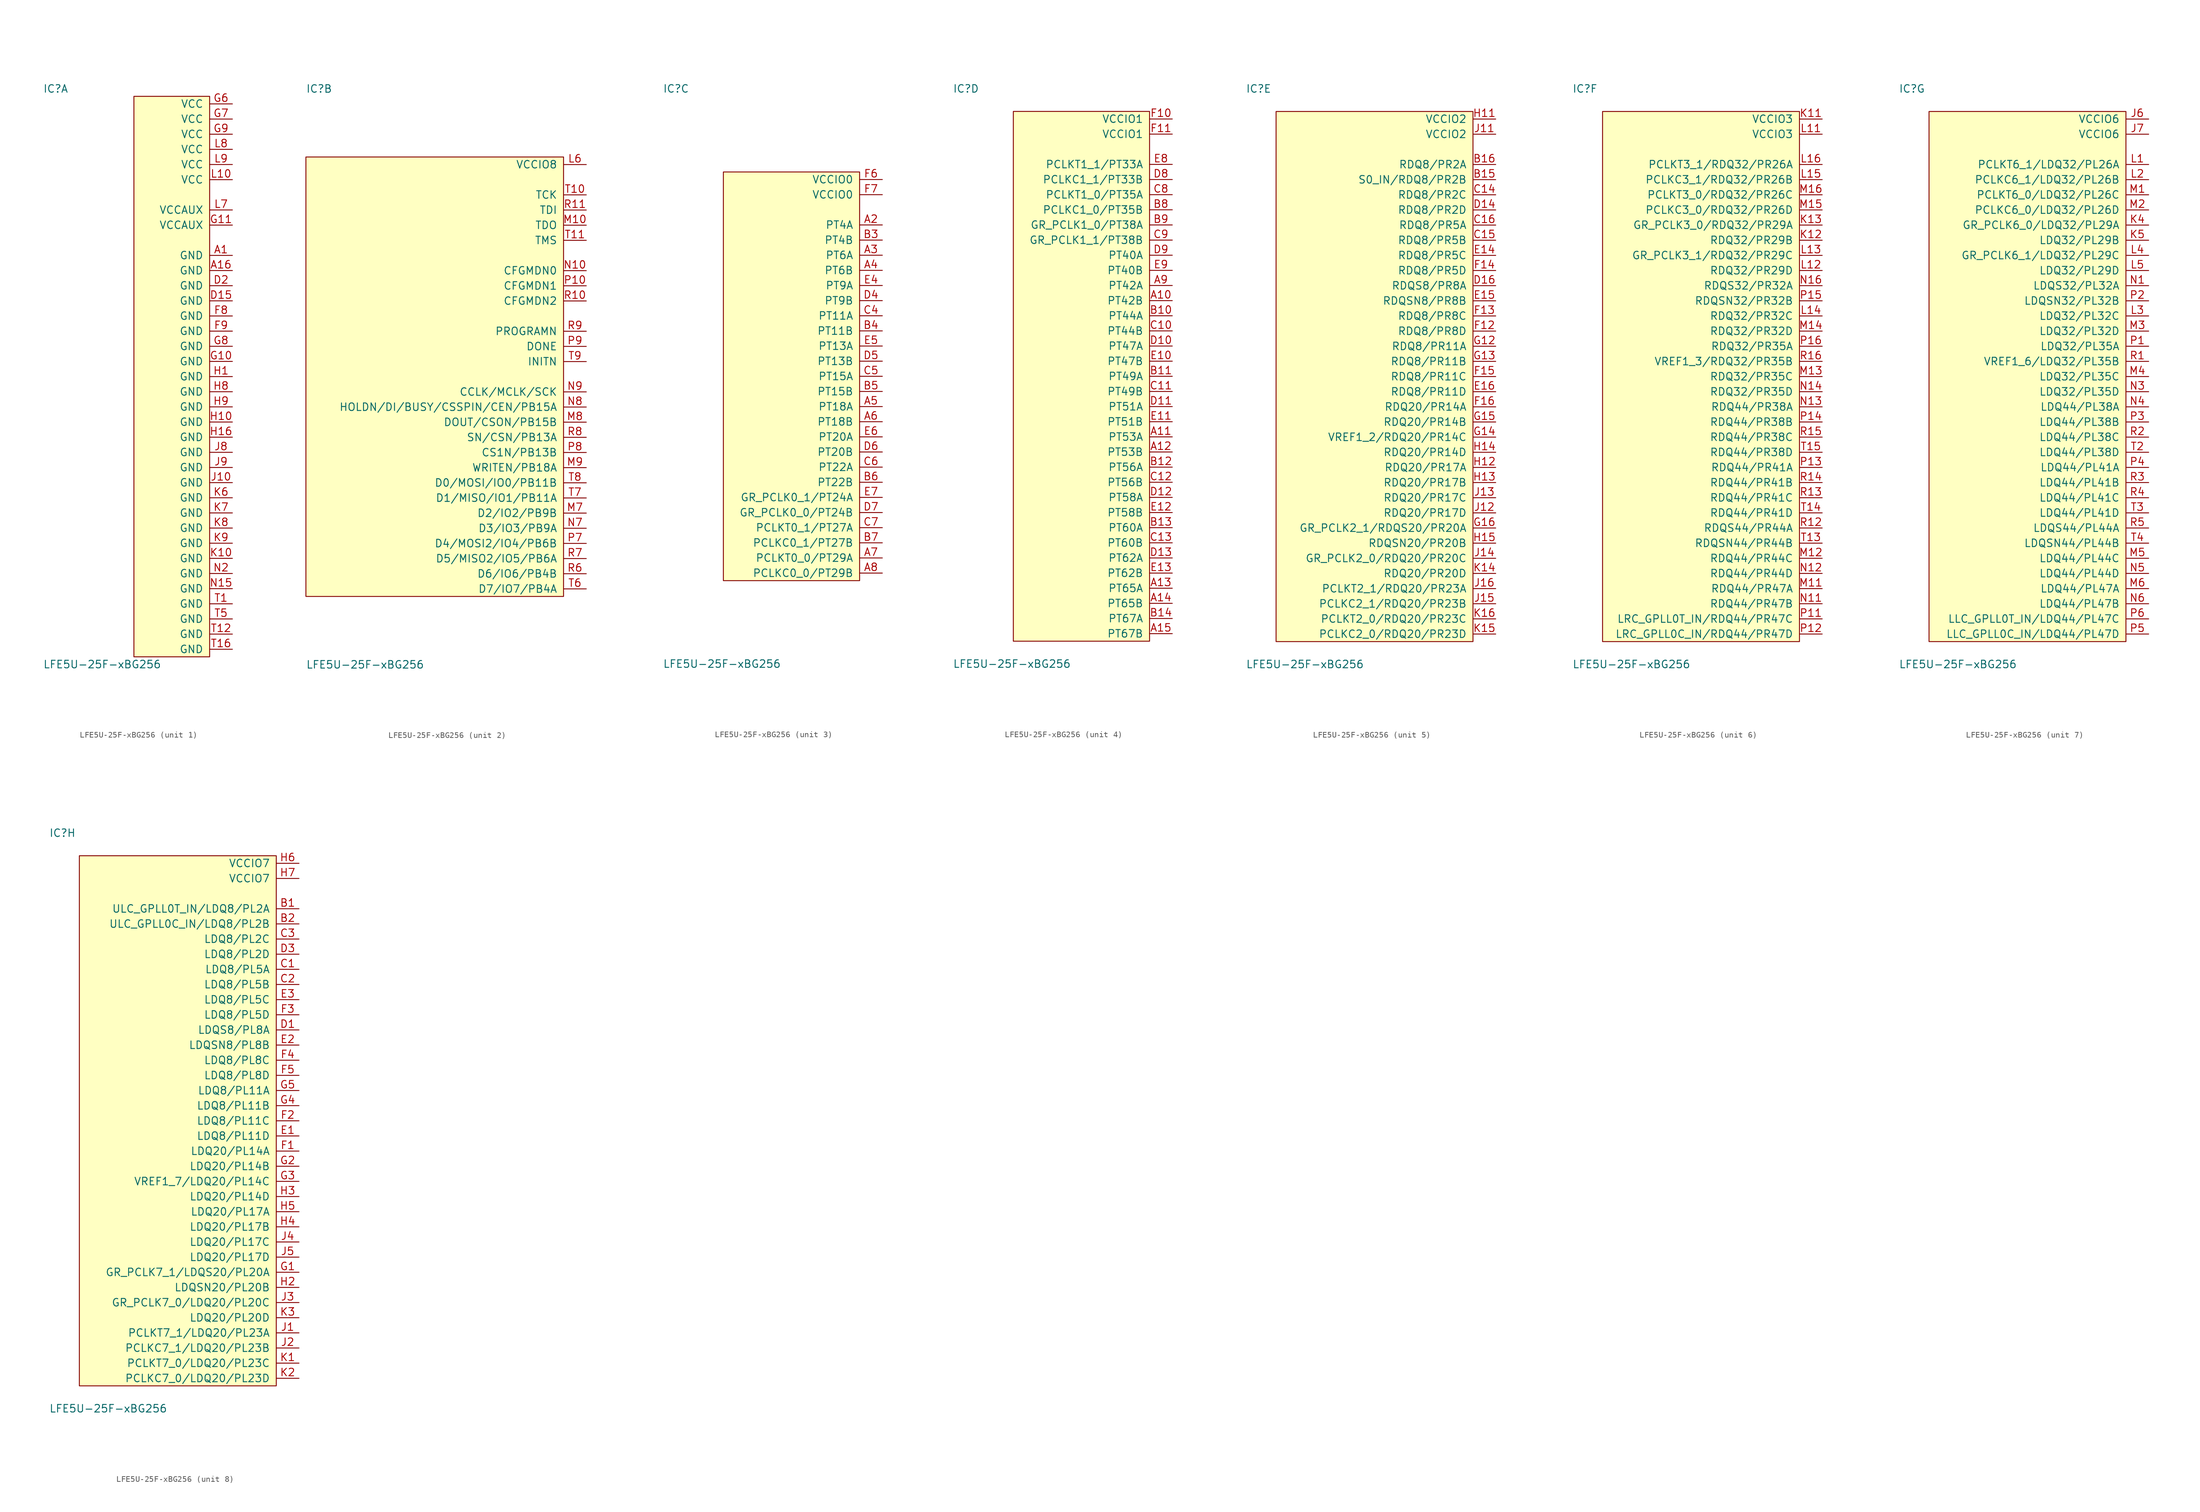
<source format=kicad_sym>
(kicad_symbol_lib
  (version 20211014)
  (generator agg_kicad.build_lib_ic)
  (symbol "LFE5U-25F-xBG256"
    (pin_names
      (offset 1.016))
    (property Reference IC
      (at -21.59 48.26 0)
      (effects (font (size 1.27 1.27)) (justify left)))
    (property Value "LFE5U-25F-xBG256"
      (at -21.59 -48.26 0)
      (effects (font (size 1.27 1.27)) (justify left)))
    (symbol "LFE5U-25F-xBG256_1_0"
      (rectangle (start -6.35 46.99) (end 6.35 -46.99) (stroke (width 0) (type default) (color 0 0 0 0)) (fill (type background)))
      (pin power_in line (at 10.16 45.72 180) (length 3.81) (name VCC (effects (font (size 1.27 1.27)))) (number "G6" (effects (font (size 1.27 1.27)))))
      (pin power_in line (at 10.16 43.18 180) (length 3.81) (name VCC (effects (font (size 1.27 1.27)))) (number "G7" (effects (font (size 1.27 1.27)))))
      (pin power_in line (at 10.16 40.64 180) (length 3.81) (name VCC (effects (font (size 1.27 1.27)))) (number "G9" (effects (font (size 1.27 1.27)))))
      (pin power_in line (at 10.16 38.1 180) (length 3.81) (name VCC (effects (font (size 1.27 1.27)))) (number "L8" (effects (font (size 1.27 1.27)))))
      (pin power_in line (at 10.16 35.56 180) (length 3.81) (name VCC (effects (font (size 1.27 1.27)))) (number "L9" (effects (font (size 1.27 1.27)))))
      (pin power_in line (at 10.16 33.02 180) (length 3.81) (name VCC (effects (font (size 1.27 1.27)))) (number "L10" (effects (font (size 1.27 1.27)))))
      (pin power_in line (at 10.16 27.94 180) (length 3.81) (name VCCAUX (effects (font (size 1.27 1.27)))) (number "L7" (effects (font (size 1.27 1.27)))))
      (pin power_in line (at 10.16 25.4 180) (length 3.81) (name VCCAUX (effects (font (size 1.27 1.27)))) (number "G11" (effects (font (size 1.27 1.27)))))
      (pin power_in line (at 10.16 20.32 180) (length 3.81) (name GND (effects (font (size 1.27 1.27)))) (number "A1" (effects (font (size 1.27 1.27)))))
      (pin power_in line (at 10.16 17.78 180) (length 3.81) (name GND (effects (font (size 1.27 1.27)))) (number "A16" (effects (font (size 1.27 1.27)))))
      (pin power_in line (at 10.16 15.24 180) (length 3.81) (name GND (effects (font (size 1.27 1.27)))) (number "D2" (effects (font (size 1.27 1.27)))))
      (pin power_in line (at 10.16 12.7 180) (length 3.81) (name GND (effects (font (size 1.27 1.27)))) (number "D15" (effects (font (size 1.27 1.27)))))
      (pin power_in line (at 10.16 10.16 180) (length 3.81) (name GND (effects (font (size 1.27 1.27)))) (number "F8" (effects (font (size 1.27 1.27)))))
      (pin power_in line (at 10.16 7.62 180) (length 3.81) (name GND (effects (font (size 1.27 1.27)))) (number "F9" (effects (font (size 1.27 1.27)))))
      (pin power_in line (at 10.16 5.08 180) (length 3.81) (name GND (effects (font (size 1.27 1.27)))) (number "G8" (effects (font (size 1.27 1.27)))))
      (pin power_in line (at 10.16 2.54 180) (length 3.81) (name GND (effects (font (size 1.27 1.27)))) (number "G10" (effects (font (size 1.27 1.27)))))
      (pin power_in line (at 10.16 0 180) (length 3.81) (name GND (effects (font (size 1.27 1.27)))) (number "H1" (effects (font (size 1.27 1.27)))))
      (pin power_in line (at 10.16 -2.54 180) (length 3.81) (name GND (effects (font (size 1.27 1.27)))) (number "H8" (effects (font (size 1.27 1.27)))))
      (pin power_in line (at 10.16 -5.08 180) (length 3.81) (name GND (effects (font (size 1.27 1.27)))) (number "H9" (effects (font (size 1.27 1.27)))))
      (pin power_in line (at 10.16 -7.62 180) (length 3.81) (name GND (effects (font (size 1.27 1.27)))) (number "H10" (effects (font (size 1.27 1.27)))))
      (pin power_in line (at 10.16 -10.16 180) (length 3.81) (name GND (effects (font (size 1.27 1.27)))) (number "H16" (effects (font (size 1.27 1.27)))))
      (pin power_in line (at 10.16 -12.7 180) (length 3.81) (name GND (effects (font (size 1.27 1.27)))) (number "J8" (effects (font (size 1.27 1.27)))))
      (pin power_in line (at 10.16 -15.24 180) (length 3.81) (name GND (effects (font (size 1.27 1.27)))) (number "J9" (effects (font (size 1.27 1.27)))))
      (pin power_in line (at 10.16 -17.78 180) (length 3.81) (name GND (effects (font (size 1.27 1.27)))) (number "J10" (effects (font (size 1.27 1.27)))))
      (pin power_in line (at 10.16 -20.32 180) (length 3.81) (name GND (effects (font (size 1.27 1.27)))) (number "K6" (effects (font (size 1.27 1.27)))))
      (pin power_in line (at 10.16 -22.86 180) (length 3.81) (name GND (effects (font (size 1.27 1.27)))) (number "K7" (effects (font (size 1.27 1.27)))))
      (pin power_in line (at 10.16 -25.4 180) (length 3.81) (name GND (effects (font (size 1.27 1.27)))) (number "K8" (effects (font (size 1.27 1.27)))))
      (pin power_in line (at 10.16 -27.94 180) (length 3.81) (name GND (effects (font (size 1.27 1.27)))) (number "K9" (effects (font (size 1.27 1.27)))))
      (pin power_in line (at 10.16 -30.48 180) (length 3.81) (name GND (effects (font (size 1.27 1.27)))) (number "K10" (effects (font (size 1.27 1.27)))))
      (pin power_in line (at 10.16 -33.02 180) (length 3.81) (name GND (effects (font (size 1.27 1.27)))) (number "N2" (effects (font (size 1.27 1.27)))))
      (pin power_in line (at 10.16 -35.56 180) (length 3.81) (name GND (effects (font (size 1.27 1.27)))) (number "N15" (effects (font (size 1.27 1.27)))))
      (pin power_in line (at 10.16 -38.1 180) (length 3.81) (name GND (effects (font (size 1.27 1.27)))) (number "T1" (effects (font (size 1.27 1.27)))))
      (pin power_in line (at 10.16 -40.64 180) (length 3.81) (name GND (effects (font (size 1.27 1.27)))) (number "T5" (effects (font (size 1.27 1.27)))))
      (pin power_in line (at 10.16 -43.18 180) (length 3.81) (name GND (effects (font (size 1.27 1.27)))) (number "T12" (effects (font (size 1.27 1.27)))))
      (pin power_in line (at 10.16 -45.72 180) (length 3.81) (name GND (effects (font (size 1.27 1.27)))) (number "T16" (effects (font (size 1.27 1.27))))))
    (symbol "LFE5U-25F-xBG256_2_0"
      (rectangle (start -21.59 36.83) (end 21.59 -36.83) (stroke (width 0) (type default) (color 0 0 0 0)) (fill (type background)))
      (pin power_in line (at 25.4 35.56 180) (length 3.81) (name "VCCIO8" (effects (font (size 1.27 1.27)))) (number "L6" (effects (font (size 1.27 1.27)))))
      (pin input line (at 25.4 30.48 180) (length 3.81) (name TCK (effects (font (size 1.27 1.27)))) (number "T10" (effects (font (size 1.27 1.27)))))
      (pin input line (at 25.4 27.94 180) (length 3.81) (name TDI (effects (font (size 1.27 1.27)))) (number "R11" (effects (font (size 1.27 1.27)))))
      (pin output line (at 25.4 25.4 180) (length 3.81) (name TDO (effects (font (size 1.27 1.27)))) (number "M10" (effects (font (size 1.27 1.27)))))
      (pin input line (at 25.4 22.86 180) (length 3.81) (name TMS (effects (font (size 1.27 1.27)))) (number "T11" (effects (font (size 1.27 1.27)))))
      (pin input line (at 25.4 17.78 180) (length 3.81) (name "CFGMDN0" (effects (font (size 1.27 1.27)))) (number "N10" (effects (font (size 1.27 1.27)))))
      (pin input line (at 25.4 15.24 180) (length 3.81) (name "CFGMDN1" (effects (font (size 1.27 1.27)))) (number "P10" (effects (font (size 1.27 1.27)))))
      (pin input line (at 25.4 12.7 180) (length 3.81) (name "CFGMDN2" (effects (font (size 1.27 1.27)))) (number "R10" (effects (font (size 1.27 1.27)))))
      (pin input line (at 25.4 7.62 180) (length 3.81) (name PROGRAMN (effects (font (size 1.27 1.27)))) (number "R9" (effects (font (size 1.27 1.27)))))
      (pin open_collector line (at 25.4 5.08 180) (length 3.81) (name DONE (effects (font (size 1.27 1.27)))) (number "P9" (effects (font (size 1.27 1.27)))))
      (pin open_collector line (at 25.4 2.54 180) (length 3.81) (name INITN (effects (font (size 1.27 1.27)))) (number "T9" (effects (font (size 1.27 1.27)))))
      (pin bidirectional line (at 25.4 -2.54 180) (length 3.81) (name "CCLK/MCLK/SCK" (effects (font (size 1.27 1.27)))) (number "N9" (effects (font (size 1.27 1.27)))))
      (pin bidirectional line (at 25.4 -5.08 180) (length 3.81) (name "HOLDN/DI/BUSY/CSSPIN/CEN/PB15A" (effects (font (size 1.27 1.27)))) (number "N8" (effects (font (size 1.27 1.27)))))
      (pin bidirectional line (at 25.4 -7.62 180) (length 3.81) (name "DOUT/CSON/PB15B" (effects (font (size 1.27 1.27)))) (number "M8" (effects (font (size 1.27 1.27)))))
      (pin bidirectional line (at 25.4 -10.16 180) (length 3.81) (name "SN/CSN/PB13A" (effects (font (size 1.27 1.27)))) (number "R8" (effects (font (size 1.27 1.27)))))
      (pin bidirectional line (at 25.4 -12.7 180) (length 3.81) (name "CS1N/PB13B" (effects (font (size 1.27 1.27)))) (number "P8" (effects (font (size 1.27 1.27)))))
      (pin bidirectional line (at 25.4 -15.24 180) (length 3.81) (name "WRITEN/PB18A" (effects (font (size 1.27 1.27)))) (number "M9" (effects (font (size 1.27 1.27)))))
      (pin bidirectional line (at 25.4 -17.78 180) (length 3.81) (name "D0/MOSI/IO0/PB11B" (effects (font (size 1.27 1.27)))) (number "T8" (effects (font (size 1.27 1.27)))))
      (pin bidirectional line (at 25.4 -20.32 180) (length 3.81) (name "D1/MISO/IO1/PB11A" (effects (font (size 1.27 1.27)))) (number "T7" (effects (font (size 1.27 1.27)))))
      (pin bidirectional line (at 25.4 -22.86 180) (length 3.81) (name "D2/IO2/PB9B" (effects (font (size 1.27 1.27)))) (number "M7" (effects (font (size 1.27 1.27)))))
      (pin bidirectional line (at 25.4 -25.4 180) (length 3.81) (name "D3/IO3/PB9A" (effects (font (size 1.27 1.27)))) (number "N7" (effects (font (size 1.27 1.27)))))
      (pin bidirectional line (at 25.4 -27.94 180) (length 3.81) (name "D4/MOSI2/IO4/PB6B" (effects (font (size 1.27 1.27)))) (number "P7" (effects (font (size 1.27 1.27)))))
      (pin bidirectional line (at 25.4 -30.48 180) (length 3.81) (name "D5/MISO2/IO5/PB6A" (effects (font (size 1.27 1.27)))) (number "R7" (effects (font (size 1.27 1.27)))))
      (pin bidirectional line (at 25.4 -33.02 180) (length 3.81) (name "D6/IO6/PB4B" (effects (font (size 1.27 1.27)))) (number "R6" (effects (font (size 1.27 1.27)))))
      (pin bidirectional line (at 25.4 -35.56 180) (length 3.81) (name "D7/IO7/PB4A" (effects (font (size 1.27 1.27)))) (number "T6" (effects (font (size 1.27 1.27))))))
    (symbol "LFE5U-25F-xBG256_3_0"
      (rectangle (start -11.43 34.29) (end 11.43 -34.29) (stroke (width 0) (type default) (color 0 0 0 0)) (fill (type background)))
      (pin power_in line (at 15.24 33.02 180) (length 3.81) (name "VCCIO0" (effects (font (size 1.27 1.27)))) (number "F6" (effects (font (size 1.27 1.27)))))
      (pin power_in line (at 15.24 30.48 180) (length 3.81) (name "VCCIO0" (effects (font (size 1.27 1.27)))) (number "F7" (effects (font (size 1.27 1.27)))))
      (pin bidirectional line (at 15.24 25.4 180) (length 3.81) (name "PT4A" (effects (font (size 1.27 1.27)))) (number "A2" (effects (font (size 1.27 1.27)))))
      (pin bidirectional line (at 15.24 22.86 180) (length 3.81) (name "PT4B" (effects (font (size 1.27 1.27)))) (number "B3" (effects (font (size 1.27 1.27)))))
      (pin bidirectional line (at 15.24 20.32 180) (length 3.81) (name "PT6A" (effects (font (size 1.27 1.27)))) (number "A3" (effects (font (size 1.27 1.27)))))
      (pin bidirectional line (at 15.24 17.78 180) (length 3.81) (name "PT6B" (effects (font (size 1.27 1.27)))) (number "A4" (effects (font (size 1.27 1.27)))))
      (pin bidirectional line (at 15.24 15.24 180) (length 3.81) (name "PT9A" (effects (font (size 1.27 1.27)))) (number "E4" (effects (font (size 1.27 1.27)))))
      (pin bidirectional line (at 15.24 12.7 180) (length 3.81) (name "PT9B" (effects (font (size 1.27 1.27)))) (number "D4" (effects (font (size 1.27 1.27)))))
      (pin bidirectional line (at 15.24 10.16 180) (length 3.81) (name "PT11A" (effects (font (size 1.27 1.27)))) (number "C4" (effects (font (size 1.27 1.27)))))
      (pin bidirectional line (at 15.24 7.62 180) (length 3.81) (name "PT11B" (effects (font (size 1.27 1.27)))) (number "B4" (effects (font (size 1.27 1.27)))))
      (pin bidirectional line (at 15.24 5.08 180) (length 3.81) (name "PT13A" (effects (font (size 1.27 1.27)))) (number "E5" (effects (font (size 1.27 1.27)))))
      (pin bidirectional line (at 15.24 2.54 180) (length 3.81) (name "PT13B" (effects (font (size 1.27 1.27)))) (number "D5" (effects (font (size 1.27 1.27)))))
      (pin bidirectional line (at 15.24 0 180) (length 3.81) (name "PT15A" (effects (font (size 1.27 1.27)))) (number "C5" (effects (font (size 1.27 1.27)))))
      (pin bidirectional line (at 15.24 -2.54 180) (length 3.81) (name "PT15B" (effects (font (size 1.27 1.27)))) (number "B5" (effects (font (size 1.27 1.27)))))
      (pin bidirectional line (at 15.24 -5.08 180) (length 3.81) (name "PT18A" (effects (font (size 1.27 1.27)))) (number "A5" (effects (font (size 1.27 1.27)))))
      (pin bidirectional line (at 15.24 -7.62 180) (length 3.81) (name "PT18B" (effects (font (size 1.27 1.27)))) (number "A6" (effects (font (size 1.27 1.27)))))
      (pin bidirectional line (at 15.24 -10.16 180) (length 3.81) (name "PT20A" (effects (font (size 1.27 1.27)))) (number "E6" (effects (font (size 1.27 1.27)))))
      (pin bidirectional line (at 15.24 -12.7 180) (length 3.81) (name "PT20B" (effects (font (size 1.27 1.27)))) (number "D6" (effects (font (size 1.27 1.27)))))
      (pin bidirectional line (at 15.24 -15.24 180) (length 3.81) (name "PT22A" (effects (font (size 1.27 1.27)))) (number "C6" (effects (font (size 1.27 1.27)))))
      (pin bidirectional line (at 15.24 -17.78 180) (length 3.81) (name "PT22B" (effects (font (size 1.27 1.27)))) (number "B6" (effects (font (size 1.27 1.27)))))
      (pin bidirectional line (at 15.24 -20.32 180) (length 3.81) (name "GR_PCLK0_1/PT24A" (effects (font (size 1.27 1.27)))) (number "E7" (effects (font (size 1.27 1.27)))))
      (pin bidirectional line (at 15.24 -22.86 180) (length 3.81) (name "GR_PCLK0_0/PT24B" (effects (font (size 1.27 1.27)))) (number "D7" (effects (font (size 1.27 1.27)))))
      (pin bidirectional line (at 15.24 -25.4 180) (length 3.81) (name "PCLKT0_1/PT27A" (effects (font (size 1.27 1.27)))) (number "C7" (effects (font (size 1.27 1.27)))))
      (pin bidirectional line (at 15.24 -27.94 180) (length 3.81) (name "PCLKC0_1/PT27B" (effects (font (size 1.27 1.27)))) (number "B7" (effects (font (size 1.27 1.27)))))
      (pin bidirectional line (at 15.24 -30.48 180) (length 3.81) (name "PCLKT0_0/PT29A" (effects (font (size 1.27 1.27)))) (number "A7" (effects (font (size 1.27 1.27)))))
      (pin bidirectional line (at 15.24 -33.02 180) (length 3.81) (name "PCLKC0_0/PT29B" (effects (font (size 1.27 1.27)))) (number "A8" (effects (font (size 1.27 1.27))))))
    (symbol "LFE5U-25F-xBG256_4_0"
      (rectangle (start -11.43 44.45) (end 11.43 -44.45) (stroke (width 0) (type default) (color 0 0 0 0)) (fill (type background)))
      (pin power_in line (at 15.24 43.18 180) (length 3.81) (name "VCCIO1" (effects (font (size 1.27 1.27)))) (number "F10" (effects (font (size 1.27 1.27)))))
      (pin power_in line (at 15.24 40.64 180) (length 3.81) (name "VCCIO1" (effects (font (size 1.27 1.27)))) (number "F11" (effects (font (size 1.27 1.27)))))
      (pin bidirectional line (at 15.24 35.56 180) (length 3.81) (name "PCLKT1_1/PT33A" (effects (font (size 1.27 1.27)))) (number "E8" (effects (font (size 1.27 1.27)))))
      (pin bidirectional line (at 15.24 33.02 180) (length 3.81) (name "PCLKC1_1/PT33B" (effects (font (size 1.27 1.27)))) (number "D8" (effects (font (size 1.27 1.27)))))
      (pin bidirectional line (at 15.24 30.48 180) (length 3.81) (name "PCLKT1_0/PT35A" (effects (font (size 1.27 1.27)))) (number "C8" (effects (font (size 1.27 1.27)))))
      (pin bidirectional line (at 15.24 27.94 180) (length 3.81) (name "PCLKC1_0/PT35B" (effects (font (size 1.27 1.27)))) (number "B8" (effects (font (size 1.27 1.27)))))
      (pin bidirectional line (at 15.24 25.4 180) (length 3.81) (name "GR_PCLK1_0/PT38A" (effects (font (size 1.27 1.27)))) (number "B9" (effects (font (size 1.27 1.27)))))
      (pin bidirectional line (at 15.24 22.86 180) (length 3.81) (name "GR_PCLK1_1/PT38B" (effects (font (size 1.27 1.27)))) (number "C9" (effects (font (size 1.27 1.27)))))
      (pin bidirectional line (at 15.24 20.32 180) (length 3.81) (name "PT40A" (effects (font (size 1.27 1.27)))) (number "D9" (effects (font (size 1.27 1.27)))))
      (pin bidirectional line (at 15.24 17.78 180) (length 3.81) (name "PT40B" (effects (font (size 1.27 1.27)))) (number "E9" (effects (font (size 1.27 1.27)))))
      (pin bidirectional line (at 15.24 15.24 180) (length 3.81) (name "PT42A" (effects (font (size 1.27 1.27)))) (number "A9" (effects (font (size 1.27 1.27)))))
      (pin bidirectional line (at 15.24 12.7 180) (length 3.81) (name "PT42B" (effects (font (size 1.27 1.27)))) (number "A10" (effects (font (size 1.27 1.27)))))
      (pin bidirectional line (at 15.24 10.16 180) (length 3.81) (name "PT44A" (effects (font (size 1.27 1.27)))) (number "B10" (effects (font (size 1.27 1.27)))))
      (pin bidirectional line (at 15.24 7.62 180) (length 3.81) (name "PT44B" (effects (font (size 1.27 1.27)))) (number "C10" (effects (font (size 1.27 1.27)))))
      (pin bidirectional line (at 15.24 5.08 180) (length 3.81) (name "PT47A" (effects (font (size 1.27 1.27)))) (number "D10" (effects (font (size 1.27 1.27)))))
      (pin bidirectional line (at 15.24 2.54 180) (length 3.81) (name "PT47B" (effects (font (size 1.27 1.27)))) (number "E10" (effects (font (size 1.27 1.27)))))
      (pin bidirectional line (at 15.24 0 180) (length 3.81) (name "PT49A" (effects (font (size 1.27 1.27)))) (number "B11" (effects (font (size 1.27 1.27)))))
      (pin bidirectional line (at 15.24 -2.54 180) (length 3.81) (name "PT49B" (effects (font (size 1.27 1.27)))) (number "C11" (effects (font (size 1.27 1.27)))))
      (pin bidirectional line (at 15.24 -5.08 180) (length 3.81) (name "PT51A" (effects (font (size 1.27 1.27)))) (number "D11" (effects (font (size 1.27 1.27)))))
      (pin bidirectional line (at 15.24 -7.62 180) (length 3.81) (name "PT51B" (effects (font (size 1.27 1.27)))) (number "E11" (effects (font (size 1.27 1.27)))))
      (pin bidirectional line (at 15.24 -10.16 180) (length 3.81) (name "PT53A" (effects (font (size 1.27 1.27)))) (number "A11" (effects (font (size 1.27 1.27)))))
      (pin bidirectional line (at 15.24 -12.7 180) (length 3.81) (name "PT53B" (effects (font (size 1.27 1.27)))) (number "A12" (effects (font (size 1.27 1.27)))))
      (pin bidirectional line (at 15.24 -15.24 180) (length 3.81) (name "PT56A" (effects (font (size 1.27 1.27)))) (number "B12" (effects (font (size 1.27 1.27)))))
      (pin bidirectional line (at 15.24 -17.78 180) (length 3.81) (name "PT56B" (effects (font (size 1.27 1.27)))) (number "C12" (effects (font (size 1.27 1.27)))))
      (pin bidirectional line (at 15.24 -20.32 180) (length 3.81) (name "PT58A" (effects (font (size 1.27 1.27)))) (number "D12" (effects (font (size 1.27 1.27)))))
      (pin bidirectional line (at 15.24 -22.86 180) (length 3.81) (name "PT58B" (effects (font (size 1.27 1.27)))) (number "E12" (effects (font (size 1.27 1.27)))))
      (pin bidirectional line (at 15.24 -25.4 180) (length 3.81) (name "PT60A" (effects (font (size 1.27 1.27)))) (number "B13" (effects (font (size 1.27 1.27)))))
      (pin bidirectional line (at 15.24 -27.94 180) (length 3.81) (name "PT60B" (effects (font (size 1.27 1.27)))) (number "C13" (effects (font (size 1.27 1.27)))))
      (pin bidirectional line (at 15.24 -30.48 180) (length 3.81) (name "PT62A" (effects (font (size 1.27 1.27)))) (number "D13" (effects (font (size 1.27 1.27)))))
      (pin bidirectional line (at 15.24 -33.02 180) (length 3.81) (name "PT62B" (effects (font (size 1.27 1.27)))) (number "E13" (effects (font (size 1.27 1.27)))))
      (pin bidirectional line (at 15.24 -35.56 180) (length 3.81) (name "PT65A" (effects (font (size 1.27 1.27)))) (number "A13" (effects (font (size 1.27 1.27)))))
      (pin bidirectional line (at 15.24 -38.1 180) (length 3.81) (name "PT65B" (effects (font (size 1.27 1.27)))) (number "A14" (effects (font (size 1.27 1.27)))))
      (pin bidirectional line (at 15.24 -40.64 180) (length 3.81) (name "PT67A" (effects (font (size 1.27 1.27)))) (number "B14" (effects (font (size 1.27 1.27)))))
      (pin bidirectional line (at 15.24 -43.18 180) (length 3.81) (name "PT67B" (effects (font (size 1.27 1.27)))) (number "A15" (effects (font (size 1.27 1.27))))))
    (symbol "LFE5U-25F-xBG256_5_0"
      (rectangle (start -16.51 44.45) (end 16.51 -44.45) (stroke (width 0) (type default) (color 0 0 0 0)) (fill (type background)))
      (pin power_in line (at 20.32 43.18 180) (length 3.81) (name "VCCIO2" (effects (font (size 1.27 1.27)))) (number "H11" (effects (font (size 1.27 1.27)))))
      (pin power_in line (at 20.32 40.64 180) (length 3.81) (name "VCCIO2" (effects (font (size 1.27 1.27)))) (number "J11" (effects (font (size 1.27 1.27)))))
      (pin bidirectional line (at 20.32 35.56 180) (length 3.81) (name "RDQ8/PR2A" (effects (font (size 1.27 1.27)))) (number "B16" (effects (font (size 1.27 1.27)))))
      (pin bidirectional line (at 20.32 33.02 180) (length 3.81) (name "S0_IN/RDQ8/PR2B" (effects (font (size 1.27 1.27)))) (number "B15" (effects (font (size 1.27 1.27)))))
      (pin bidirectional line (at 20.32 30.48 180) (length 3.81) (name "RDQ8/PR2C" (effects (font (size 1.27 1.27)))) (number "C14" (effects (font (size 1.27 1.27)))))
      (pin bidirectional line (at 20.32 27.94 180) (length 3.81) (name "RDQ8/PR2D" (effects (font (size 1.27 1.27)))) (number "D14" (effects (font (size 1.27 1.27)))))
      (pin bidirectional line (at 20.32 25.4 180) (length 3.81) (name "RDQ8/PR5A" (effects (font (size 1.27 1.27)))) (number "C16" (effects (font (size 1.27 1.27)))))
      (pin bidirectional line (at 20.32 22.86 180) (length 3.81) (name "RDQ8/PR5B" (effects (font (size 1.27 1.27)))) (number "C15" (effects (font (size 1.27 1.27)))))
      (pin bidirectional line (at 20.32 20.32 180) (length 3.81) (name "RDQ8/PR5C" (effects (font (size 1.27 1.27)))) (number "E14" (effects (font (size 1.27 1.27)))))
      (pin bidirectional line (at 20.32 17.78 180) (length 3.81) (name "RDQ8/PR5D" (effects (font (size 1.27 1.27)))) (number "F14" (effects (font (size 1.27 1.27)))))
      (pin bidirectional line (at 20.32 15.24 180) (length 3.81) (name "RDQS8/PR8A" (effects (font (size 1.27 1.27)))) (number "D16" (effects (font (size 1.27 1.27)))))
      (pin bidirectional line (at 20.32 12.7 180) (length 3.81) (name "RDQSN8/PR8B" (effects (font (size 1.27 1.27)))) (number "E15" (effects (font (size 1.27 1.27)))))
      (pin bidirectional line (at 20.32 10.16 180) (length 3.81) (name "RDQ8/PR8C" (effects (font (size 1.27 1.27)))) (number "F13" (effects (font (size 1.27 1.27)))))
      (pin bidirectional line (at 20.32 7.62 180) (length 3.81) (name "RDQ8/PR8D" (effects (font (size 1.27 1.27)))) (number "F12" (effects (font (size 1.27 1.27)))))
      (pin bidirectional line (at 20.32 5.08 180) (length 3.81) (name "RDQ8/PR11A" (effects (font (size 1.27 1.27)))) (number "G12" (effects (font (size 1.27 1.27)))))
      (pin bidirectional line (at 20.32 2.54 180) (length 3.81) (name "RDQ8/PR11B" (effects (font (size 1.27 1.27)))) (number "G13" (effects (font (size 1.27 1.27)))))
      (pin bidirectional line (at 20.32 0 180) (length 3.81) (name "RDQ8/PR11C" (effects (font (size 1.27 1.27)))) (number "F15" (effects (font (size 1.27 1.27)))))
      (pin bidirectional line (at 20.32 -2.54 180) (length 3.81) (name "RDQ8/PR11D" (effects (font (size 1.27 1.27)))) (number "E16" (effects (font (size 1.27 1.27)))))
      (pin bidirectional line (at 20.32 -5.08 180) (length 3.81) (name "RDQ20/PR14A" (effects (font (size 1.27 1.27)))) (number "F16" (effects (font (size 1.27 1.27)))))
      (pin bidirectional line (at 20.32 -7.62 180) (length 3.81) (name "RDQ20/PR14B" (effects (font (size 1.27 1.27)))) (number "G15" (effects (font (size 1.27 1.27)))))
      (pin bidirectional line (at 20.32 -10.16 180) (length 3.81) (name "VREF1_2/RDQ20/PR14C" (effects (font (size 1.27 1.27)))) (number "G14" (effects (font (size 1.27 1.27)))))
      (pin bidirectional line (at 20.32 -12.7 180) (length 3.81) (name "RDQ20/PR14D" (effects (font (size 1.27 1.27)))) (number "H14" (effects (font (size 1.27 1.27)))))
      (pin bidirectional line (at 20.32 -15.24 180) (length 3.81) (name "RDQ20/PR17A" (effects (font (size 1.27 1.27)))) (number "H12" (effects (font (size 1.27 1.27)))))
      (pin bidirectional line (at 20.32 -17.78 180) (length 3.81) (name "RDQ20/PR17B" (effects (font (size 1.27 1.27)))) (number "H13" (effects (font (size 1.27 1.27)))))
      (pin bidirectional line (at 20.32 -20.32 180) (length 3.81) (name "RDQ20/PR17C" (effects (font (size 1.27 1.27)))) (number "J13" (effects (font (size 1.27 1.27)))))
      (pin bidirectional line (at 20.32 -22.86 180) (length 3.81) (name "RDQ20/PR17D" (effects (font (size 1.27 1.27)))) (number "J12" (effects (font (size 1.27 1.27)))))
      (pin bidirectional line (at 20.32 -25.4 180) (length 3.81) (name "GR_PCLK2_1/RDQS20/PR20A" (effects (font (size 1.27 1.27)))) (number "G16" (effects (font (size 1.27 1.27)))))
      (pin bidirectional line (at 20.32 -27.94 180) (length 3.81) (name "RDQSN20/PR20B" (effects (font (size 1.27 1.27)))) (number "H15" (effects (font (size 1.27 1.27)))))
      (pin bidirectional line (at 20.32 -30.48 180) (length 3.81) (name "GR_PCLK2_0/RDQ20/PR20C" (effects (font (size 1.27 1.27)))) (number "J14" (effects (font (size 1.27 1.27)))))
      (pin bidirectional line (at 20.32 -33.02 180) (length 3.81) (name "RDQ20/PR20D" (effects (font (size 1.27 1.27)))) (number "K14" (effects (font (size 1.27 1.27)))))
      (pin bidirectional line (at 20.32 -35.56 180) (length 3.81) (name "PCLKT2_1/RDQ20/PR23A" (effects (font (size 1.27 1.27)))) (number "J16" (effects (font (size 1.27 1.27)))))
      (pin bidirectional line (at 20.32 -38.1 180) (length 3.81) (name "PCLKC2_1/RDQ20/PR23B" (effects (font (size 1.27 1.27)))) (number "J15" (effects (font (size 1.27 1.27)))))
      (pin bidirectional line (at 20.32 -40.64 180) (length 3.81) (name "PCLKT2_0/RDQ20/PR23C" (effects (font (size 1.27 1.27)))) (number "K16" (effects (font (size 1.27 1.27)))))
      (pin bidirectional line (at 20.32 -43.18 180) (length 3.81) (name "PCLKC2_0/RDQ20/PR23D" (effects (font (size 1.27 1.27)))) (number "K15" (effects (font (size 1.27 1.27))))))
    (symbol "LFE5U-25F-xBG256_6_0"
      (rectangle (start -16.51 44.45) (end 16.51 -44.45) (stroke (width 0) (type default) (color 0 0 0 0)) (fill (type background)))
      (pin power_in line (at 20.32 43.18 180) (length 3.81) (name "VCCIO3" (effects (font (size 1.27 1.27)))) (number "K11" (effects (font (size 1.27 1.27)))))
      (pin power_in line (at 20.32 40.64 180) (length 3.81) (name "VCCIO3" (effects (font (size 1.27 1.27)))) (number "L11" (effects (font (size 1.27 1.27)))))
      (pin bidirectional line (at 20.32 35.56 180) (length 3.81) (name "PCLKT3_1/RDQ32/PR26A" (effects (font (size 1.27 1.27)))) (number "L16" (effects (font (size 1.27 1.27)))))
      (pin bidirectional line (at 20.32 33.02 180) (length 3.81) (name "PCLKC3_1/RDQ32/PR26B" (effects (font (size 1.27 1.27)))) (number "L15" (effects (font (size 1.27 1.27)))))
      (pin bidirectional line (at 20.32 30.48 180) (length 3.81) (name "PCLKT3_0/RDQ32/PR26C" (effects (font (size 1.27 1.27)))) (number "M16" (effects (font (size 1.27 1.27)))))
      (pin bidirectional line (at 20.32 27.94 180) (length 3.81) (name "PCLKC3_0/RDQ32/PR26D" (effects (font (size 1.27 1.27)))) (number "M15" (effects (font (size 1.27 1.27)))))
      (pin bidirectional line (at 20.32 25.4 180) (length 3.81) (name "GR_PCLK3_0/RDQ32/PR29A" (effects (font (size 1.27 1.27)))) (number "K13" (effects (font (size 1.27 1.27)))))
      (pin bidirectional line (at 20.32 22.86 180) (length 3.81) (name "RDQ32/PR29B" (effects (font (size 1.27 1.27)))) (number "K12" (effects (font (size 1.27 1.27)))))
      (pin bidirectional line (at 20.32 20.32 180) (length 3.81) (name "GR_PCLK3_1/RDQ32/PR29C" (effects (font (size 1.27 1.27)))) (number "L13" (effects (font (size 1.27 1.27)))))
      (pin bidirectional line (at 20.32 17.78 180) (length 3.81) (name "RDQ32/PR29D" (effects (font (size 1.27 1.27)))) (number "L12" (effects (font (size 1.27 1.27)))))
      (pin bidirectional line (at 20.32 15.24 180) (length 3.81) (name "RDQS32/PR32A" (effects (font (size 1.27 1.27)))) (number "N16" (effects (font (size 1.27 1.27)))))
      (pin bidirectional line (at 20.32 12.7 180) (length 3.81) (name "RDQSN32/PR32B" (effects (font (size 1.27 1.27)))) (number "P15" (effects (font (size 1.27 1.27)))))
      (pin bidirectional line (at 20.32 10.16 180) (length 3.81) (name "RDQ32/PR32C" (effects (font (size 1.27 1.27)))) (number "L14" (effects (font (size 1.27 1.27)))))
      (pin bidirectional line (at 20.32 7.62 180) (length 3.81) (name "RDQ32/PR32D" (effects (font (size 1.27 1.27)))) (number "M14" (effects (font (size 1.27 1.27)))))
      (pin bidirectional line (at 20.32 5.08 180) (length 3.81) (name "RDQ32/PR35A" (effects (font (size 1.27 1.27)))) (number "P16" (effects (font (size 1.27 1.27)))))
      (pin bidirectional line (at 20.32 2.54 180) (length 3.81) (name "VREF1_3/RDQ32/PR35B" (effects (font (size 1.27 1.27)))) (number "R16" (effects (font (size 1.27 1.27)))))
      (pin bidirectional line (at 20.32 0 180) (length 3.81) (name "RDQ32/PR35C" (effects (font (size 1.27 1.27)))) (number "M13" (effects (font (size 1.27 1.27)))))
      (pin bidirectional line (at 20.32 -2.54 180) (length 3.81) (name "RDQ32/PR35D" (effects (font (size 1.27 1.27)))) (number "N14" (effects (font (size 1.27 1.27)))))
      (pin bidirectional line (at 20.32 -5.08 180) (length 3.81) (name "RDQ44/PR38A" (effects (font (size 1.27 1.27)))) (number "N13" (effects (font (size 1.27 1.27)))))
      (pin bidirectional line (at 20.32 -7.62 180) (length 3.81) (name "RDQ44/PR38B" (effects (font (size 1.27 1.27)))) (number "P14" (effects (font (size 1.27 1.27)))))
      (pin bidirectional line (at 20.32 -10.16 180) (length 3.81) (name "RDQ44/PR38C" (effects (font (size 1.27 1.27)))) (number "R15" (effects (font (size 1.27 1.27)))))
      (pin bidirectional line (at 20.32 -12.7 180) (length 3.81) (name "RDQ44/PR38D" (effects (font (size 1.27 1.27)))) (number "T15" (effects (font (size 1.27 1.27)))))
      (pin bidirectional line (at 20.32 -15.24 180) (length 3.81) (name "RDQ44/PR41A" (effects (font (size 1.27 1.27)))) (number "P13" (effects (font (size 1.27 1.27)))))
      (pin bidirectional line (at 20.32 -17.78 180) (length 3.81) (name "RDQ44/PR41B" (effects (font (size 1.27 1.27)))) (number "R14" (effects (font (size 1.27 1.27)))))
      (pin bidirectional line (at 20.32 -20.32 180) (length 3.81) (name "RDQ44/PR41C" (effects (font (size 1.27 1.27)))) (number "R13" (effects (font (size 1.27 1.27)))))
      (pin bidirectional line (at 20.32 -22.86 180) (length 3.81) (name "RDQ44/PR41D" (effects (font (size 1.27 1.27)))) (number "T14" (effects (font (size 1.27 1.27)))))
      (pin bidirectional line (at 20.32 -25.4 180) (length 3.81) (name "RDQS44/PR44A" (effects (font (size 1.27 1.27)))) (number "R12" (effects (font (size 1.27 1.27)))))
      (pin bidirectional line (at 20.32 -27.94 180) (length 3.81) (name "RDQSN44/PR44B" (effects (font (size 1.27 1.27)))) (number "T13" (effects (font (size 1.27 1.27)))))
      (pin bidirectional line (at 20.32 -30.48 180) (length 3.81) (name "RDQ44/PR44C" (effects (font (size 1.27 1.27)))) (number "M12" (effects (font (size 1.27 1.27)))))
      (pin bidirectional line (at 20.32 -33.02 180) (length 3.81) (name "RDQ44/PR44D" (effects (font (size 1.27 1.27)))) (number "N12" (effects (font (size 1.27 1.27)))))
      (pin bidirectional line (at 20.32 -35.56 180) (length 3.81) (name "RDQ44/PR47A" (effects (font (size 1.27 1.27)))) (number "M11" (effects (font (size 1.27 1.27)))))
      (pin bidirectional line (at 20.32 -38.1 180) (length 3.81) (name "RDQ44/PR47B" (effects (font (size 1.27 1.27)))) (number "N11" (effects (font (size 1.27 1.27)))))
      (pin bidirectional line (at 20.32 -40.64 180) (length 3.81) (name "LRC_GPLL0T_IN/RDQ44/PR47C" (effects (font (size 1.27 1.27)))) (number "P11" (effects (font (size 1.27 1.27)))))
      (pin bidirectional line (at 20.32 -43.18 180) (length 3.81) (name "LRC_GPLL0C_IN/RDQ44/PR47D" (effects (font (size 1.27 1.27)))) (number "P12" (effects (font (size 1.27 1.27))))))
    (symbol "LFE5U-25F-xBG256_7_0"
      (rectangle (start -16.51 44.45) (end 16.51 -44.45) (stroke (width 0) (type default) (color 0 0 0 0)) (fill (type background)))
      (pin power_in line (at 20.32 43.18 180) (length 3.81) (name "VCCIO6" (effects (font (size 1.27 1.27)))) (number "J6" (effects (font (size 1.27 1.27)))))
      (pin power_in line (at 20.32 40.64 180) (length 3.81) (name "VCCIO6" (effects (font (size 1.27 1.27)))) (number "J7" (effects (font (size 1.27 1.27)))))
      (pin bidirectional line (at 20.32 35.56 180) (length 3.81) (name "PCLKT6_1/LDQ32/PL26A" (effects (font (size 1.27 1.27)))) (number "L1" (effects (font (size 1.27 1.27)))))
      (pin bidirectional line (at 20.32 33.02 180) (length 3.81) (name "PCLKC6_1/LDQ32/PL26B" (effects (font (size 1.27 1.27)))) (number "L2" (effects (font (size 1.27 1.27)))))
      (pin bidirectional line (at 20.32 30.48 180) (length 3.81) (name "PCLKT6_0/LDQ32/PL26C" (effects (font (size 1.27 1.27)))) (number "M1" (effects (font (size 1.27 1.27)))))
      (pin bidirectional line (at 20.32 27.94 180) (length 3.81) (name "PCLKC6_0/LDQ32/PL26D" (effects (font (size 1.27 1.27)))) (number "M2" (effects (font (size 1.27 1.27)))))
      (pin bidirectional line (at 20.32 25.4 180) (length 3.81) (name "GR_PCLK6_0/LDQ32/PL29A" (effects (font (size 1.27 1.27)))) (number "K4" (effects (font (size 1.27 1.27)))))
      (pin bidirectional line (at 20.32 22.86 180) (length 3.81) (name "LDQ32/PL29B" (effects (font (size 1.27 1.27)))) (number "K5" (effects (font (size 1.27 1.27)))))
      (pin bidirectional line (at 20.32 20.32 180) (length 3.81) (name "GR_PCLK6_1/LDQ32/PL29C" (effects (font (size 1.27 1.27)))) (number "L4" (effects (font (size 1.27 1.27)))))
      (pin bidirectional line (at 20.32 17.78 180) (length 3.81) (name "LDQ32/PL29D" (effects (font (size 1.27 1.27)))) (number "L5" (effects (font (size 1.27 1.27)))))
      (pin bidirectional line (at 20.32 15.24 180) (length 3.81) (name "LDQS32/PL32A" (effects (font (size 1.27 1.27)))) (number "N1" (effects (font (size 1.27 1.27)))))
      (pin bidirectional line (at 20.32 12.7 180) (length 3.81) (name "LDQSN32/PL32B" (effects (font (size 1.27 1.27)))) (number "P2" (effects (font (size 1.27 1.27)))))
      (pin bidirectional line (at 20.32 10.16 180) (length 3.81) (name "LDQ32/PL32C" (effects (font (size 1.27 1.27)))) (number "L3" (effects (font (size 1.27 1.27)))))
      (pin bidirectional line (at 20.32 7.62 180) (length 3.81) (name "LDQ32/PL32D" (effects (font (size 1.27 1.27)))) (number "M3" (effects (font (size 1.27 1.27)))))
      (pin bidirectional line (at 20.32 5.08 180) (length 3.81) (name "LDQ32/PL35A" (effects (font (size 1.27 1.27)))) (number "P1" (effects (font (size 1.27 1.27)))))
      (pin bidirectional line (at 20.32 2.54 180) (length 3.81) (name "VREF1_6/LDQ32/PL35B" (effects (font (size 1.27 1.27)))) (number "R1" (effects (font (size 1.27 1.27)))))
      (pin bidirectional line (at 20.32 0 180) (length 3.81) (name "LDQ32/PL35C" (effects (font (size 1.27 1.27)))) (number "M4" (effects (font (size 1.27 1.27)))))
      (pin bidirectional line (at 20.32 -2.54 180) (length 3.81) (name "LDQ32/PL35D" (effects (font (size 1.27 1.27)))) (number "N3" (effects (font (size 1.27 1.27)))))
      (pin bidirectional line (at 20.32 -5.08 180) (length 3.81) (name "LDQ44/PL38A" (effects (font (size 1.27 1.27)))) (number "N4" (effects (font (size 1.27 1.27)))))
      (pin bidirectional line (at 20.32 -7.62 180) (length 3.81) (name "LDQ44/PL38B" (effects (font (size 1.27 1.27)))) (number "P3" (effects (font (size 1.27 1.27)))))
      (pin bidirectional line (at 20.32 -10.16 180) (length 3.81) (name "LDQ44/PL38C" (effects (font (size 1.27 1.27)))) (number "R2" (effects (font (size 1.27 1.27)))))
      (pin bidirectional line (at 20.32 -12.7 180) (length 3.81) (name "LDQ44/PL38D" (effects (font (size 1.27 1.27)))) (number "T2" (effects (font (size 1.27 1.27)))))
      (pin bidirectional line (at 20.32 -15.24 180) (length 3.81) (name "LDQ44/PL41A" (effects (font (size 1.27 1.27)))) (number "P4" (effects (font (size 1.27 1.27)))))
      (pin bidirectional line (at 20.32 -17.78 180) (length 3.81) (name "LDQ44/PL41B" (effects (font (size 1.27 1.27)))) (number "R3" (effects (font (size 1.27 1.27)))))
      (pin bidirectional line (at 20.32 -20.32 180) (length 3.81) (name "LDQ44/PL41C" (effects (font (size 1.27 1.27)))) (number "R4" (effects (font (size 1.27 1.27)))))
      (pin bidirectional line (at 20.32 -22.86 180) (length 3.81) (name "LDQ44/PL41D" (effects (font (size 1.27 1.27)))) (number "T3" (effects (font (size 1.27 1.27)))))
      (pin bidirectional line (at 20.32 -25.4 180) (length 3.81) (name "LDQS44/PL44A" (effects (font (size 1.27 1.27)))) (number "R5" (effects (font (size 1.27 1.27)))))
      (pin bidirectional line (at 20.32 -27.94 180) (length 3.81) (name "LDQSN44/PL44B" (effects (font (size 1.27 1.27)))) (number "T4" (effects (font (size 1.27 1.27)))))
      (pin bidirectional line (at 20.32 -30.48 180) (length 3.81) (name "LDQ44/PL44C" (effects (font (size 1.27 1.27)))) (number "M5" (effects (font (size 1.27 1.27)))))
      (pin bidirectional line (at 20.32 -33.02 180) (length 3.81) (name "LDQ44/PL44D" (effects (font (size 1.27 1.27)))) (number "N5" (effects (font (size 1.27 1.27)))))
      (pin bidirectional line (at 20.32 -35.56 180) (length 3.81) (name "LDQ44/PL47A" (effects (font (size 1.27 1.27)))) (number "M6" (effects (font (size 1.27 1.27)))))
      (pin bidirectional line (at 20.32 -38.1 180) (length 3.81) (name "LDQ44/PL47B" (effects (font (size 1.27 1.27)))) (number "N6" (effects (font (size 1.27 1.27)))))
      (pin bidirectional line (at 20.32 -40.64 180) (length 3.81) (name "LLC_GPLL0T_IN/LDQ44/PL47C" (effects (font (size 1.27 1.27)))) (number "P6" (effects (font (size 1.27 1.27)))))
      (pin bidirectional line (at 20.32 -43.18 180) (length 3.81) (name "LLC_GPLL0C_IN/LDQ44/PL47D" (effects (font (size 1.27 1.27)))) (number "P5" (effects (font (size 1.27 1.27))))))
    (symbol "LFE5U-25F-xBG256_8_0"
      (rectangle (start -16.51 44.45) (end 16.51 -44.45) (stroke (width 0) (type default) (color 0 0 0 0)) (fill (type background)))
      (pin power_in line (at 20.32 43.18 180) (length 3.81) (name "VCCIO7" (effects (font (size 1.27 1.27)))) (number "H6" (effects (font (size 1.27 1.27)))))
      (pin power_in line (at 20.32 40.64 180) (length 3.81) (name "VCCIO7" (effects (font (size 1.27 1.27)))) (number "H7" (effects (font (size 1.27 1.27)))))
      (pin bidirectional line (at 20.32 35.56 180) (length 3.81) (name "ULC_GPLL0T_IN/LDQ8/PL2A" (effects (font (size 1.27 1.27)))) (number "B1" (effects (font (size 1.27 1.27)))))
      (pin bidirectional line (at 20.32 33.02 180) (length 3.81) (name "ULC_GPLL0C_IN/LDQ8/PL2B" (effects (font (size 1.27 1.27)))) (number "B2" (effects (font (size 1.27 1.27)))))
      (pin bidirectional line (at 20.32 30.48 180) (length 3.81) (name "LDQ8/PL2C" (effects (font (size 1.27 1.27)))) (number "C3" (effects (font (size 1.27 1.27)))))
      (pin bidirectional line (at 20.32 27.94 180) (length 3.81) (name "LDQ8/PL2D" (effects (font (size 1.27 1.27)))) (number "D3" (effects (font (size 1.27 1.27)))))
      (pin bidirectional line (at 20.32 25.4 180) (length 3.81) (name "LDQ8/PL5A" (effects (font (size 1.27 1.27)))) (number "C1" (effects (font (size 1.27 1.27)))))
      (pin bidirectional line (at 20.32 22.86 180) (length 3.81) (name "LDQ8/PL5B" (effects (font (size 1.27 1.27)))) (number "C2" (effects (font (size 1.27 1.27)))))
      (pin bidirectional line (at 20.32 20.32 180) (length 3.81) (name "LDQ8/PL5C" (effects (font (size 1.27 1.27)))) (number "E3" (effects (font (size 1.27 1.27)))))
      (pin bidirectional line (at 20.32 17.78 180) (length 3.81) (name "LDQ8/PL5D" (effects (font (size 1.27 1.27)))) (number "F3" (effects (font (size 1.27 1.27)))))
      (pin bidirectional line (at 20.32 15.24 180) (length 3.81) (name "LDQS8/PL8A" (effects (font (size 1.27 1.27)))) (number "D1" (effects (font (size 1.27 1.27)))))
      (pin bidirectional line (at 20.32 12.7 180) (length 3.81) (name "LDQSN8/PL8B" (effects (font (size 1.27 1.27)))) (number "E2" (effects (font (size 1.27 1.27)))))
      (pin bidirectional line (at 20.32 10.16 180) (length 3.81) (name "LDQ8/PL8C" (effects (font (size 1.27 1.27)))) (number "F4" (effects (font (size 1.27 1.27)))))
      (pin bidirectional line (at 20.32 7.62 180) (length 3.81) (name "LDQ8/PL8D" (effects (font (size 1.27 1.27)))) (number "F5" (effects (font (size 1.27 1.27)))))
      (pin bidirectional line (at 20.32 5.08 180) (length 3.81) (name "LDQ8/PL11A" (effects (font (size 1.27 1.27)))) (number "G5" (effects (font (size 1.27 1.27)))))
      (pin bidirectional line (at 20.32 2.54 180) (length 3.81) (name "LDQ8/PL11B" (effects (font (size 1.27 1.27)))) (number "G4" (effects (font (size 1.27 1.27)))))
      (pin bidirectional line (at 20.32 0 180) (length 3.81) (name "LDQ8/PL11C" (effects (font (size 1.27 1.27)))) (number "F2" (effects (font (size 1.27 1.27)))))
      (pin bidirectional line (at 20.32 -2.54 180) (length 3.81) (name "LDQ8/PL11D" (effects (font (size 1.27 1.27)))) (number "E1" (effects (font (size 1.27 1.27)))))
      (pin bidirectional line (at 20.32 -5.08 180) (length 3.81) (name "LDQ20/PL14A" (effects (font (size 1.27 1.27)))) (number "F1" (effects (font (size 1.27 1.27)))))
      (pin bidirectional line (at 20.32 -7.62 180) (length 3.81) (name "LDQ20/PL14B" (effects (font (size 1.27 1.27)))) (number "G2" (effects (font (size 1.27 1.27)))))
      (pin bidirectional line (at 20.32 -10.16 180) (length 3.81) (name "VREF1_7/LDQ20/PL14C" (effects (font (size 1.27 1.27)))) (number "G3" (effects (font (size 1.27 1.27)))))
      (pin bidirectional line (at 20.32 -12.7 180) (length 3.81) (name "LDQ20/PL14D" (effects (font (size 1.27 1.27)))) (number "H3" (effects (font (size 1.27 1.27)))))
      (pin bidirectional line (at 20.32 -15.24 180) (length 3.81) (name "LDQ20/PL17A" (effects (font (size 1.27 1.27)))) (number "H5" (effects (font (size 1.27 1.27)))))
      (pin bidirectional line (at 20.32 -17.78 180) (length 3.81) (name "LDQ20/PL17B" (effects (font (size 1.27 1.27)))) (number "H4" (effects (font (size 1.27 1.27)))))
      (pin bidirectional line (at 20.32 -20.32 180) (length 3.81) (name "LDQ20/PL17C" (effects (font (size 1.27 1.27)))) (number "J4" (effects (font (size 1.27 1.27)))))
      (pin bidirectional line (at 20.32 -22.86 180) (length 3.81) (name "LDQ20/PL17D" (effects (font (size 1.27 1.27)))) (number "J5" (effects (font (size 1.27 1.27)))))
      (pin bidirectional line (at 20.32 -25.4 180) (length 3.81) (name "GR_PCLK7_1/LDQS20/PL20A" (effects (font (size 1.27 1.27)))) (number "G1" (effects (font (size 1.27 1.27)))))
      (pin bidirectional line (at 20.32 -27.94 180) (length 3.81) (name "LDQSN20/PL20B" (effects (font (size 1.27 1.27)))) (number "H2" (effects (font (size 1.27 1.27)))))
      (pin bidirectional line (at 20.32 -30.48 180) (length 3.81) (name "GR_PCLK7_0/LDQ20/PL20C" (effects (font (size 1.27 1.27)))) (number "J3" (effects (font (size 1.27 1.27)))))
      (pin bidirectional line (at 20.32 -33.02 180) (length 3.81) (name "LDQ20/PL20D" (effects (font (size 1.27 1.27)))) (number "K3" (effects (font (size 1.27 1.27)))))
      (pin bidirectional line (at 20.32 -35.56 180) (length 3.81) (name "PCLKT7_1/LDQ20/PL23A" (effects (font (size 1.27 1.27)))) (number "J1" (effects (font (size 1.27 1.27)))))
      (pin bidirectional line (at 20.32 -38.1 180) (length 3.81) (name "PCLKC7_1/LDQ20/PL23B" (effects (font (size 1.27 1.27)))) (number "J2" (effects (font (size 1.27 1.27)))))
      (pin bidirectional line (at 20.32 -40.64 180) (length 3.81) (name "PCLKT7_0/LDQ20/PL23C" (effects (font (size 1.27 1.27)))) (number "K1" (effects (font (size 1.27 1.27)))))
      (pin bidirectional line (at 20.32 -43.18 180) (length 3.81) (name "PCLKC7_0/LDQ20/PL23D" (effects (font (size 1.27 1.27)))) (number "K2" (effects (font (size 1.27 1.27))))))))
</source>
